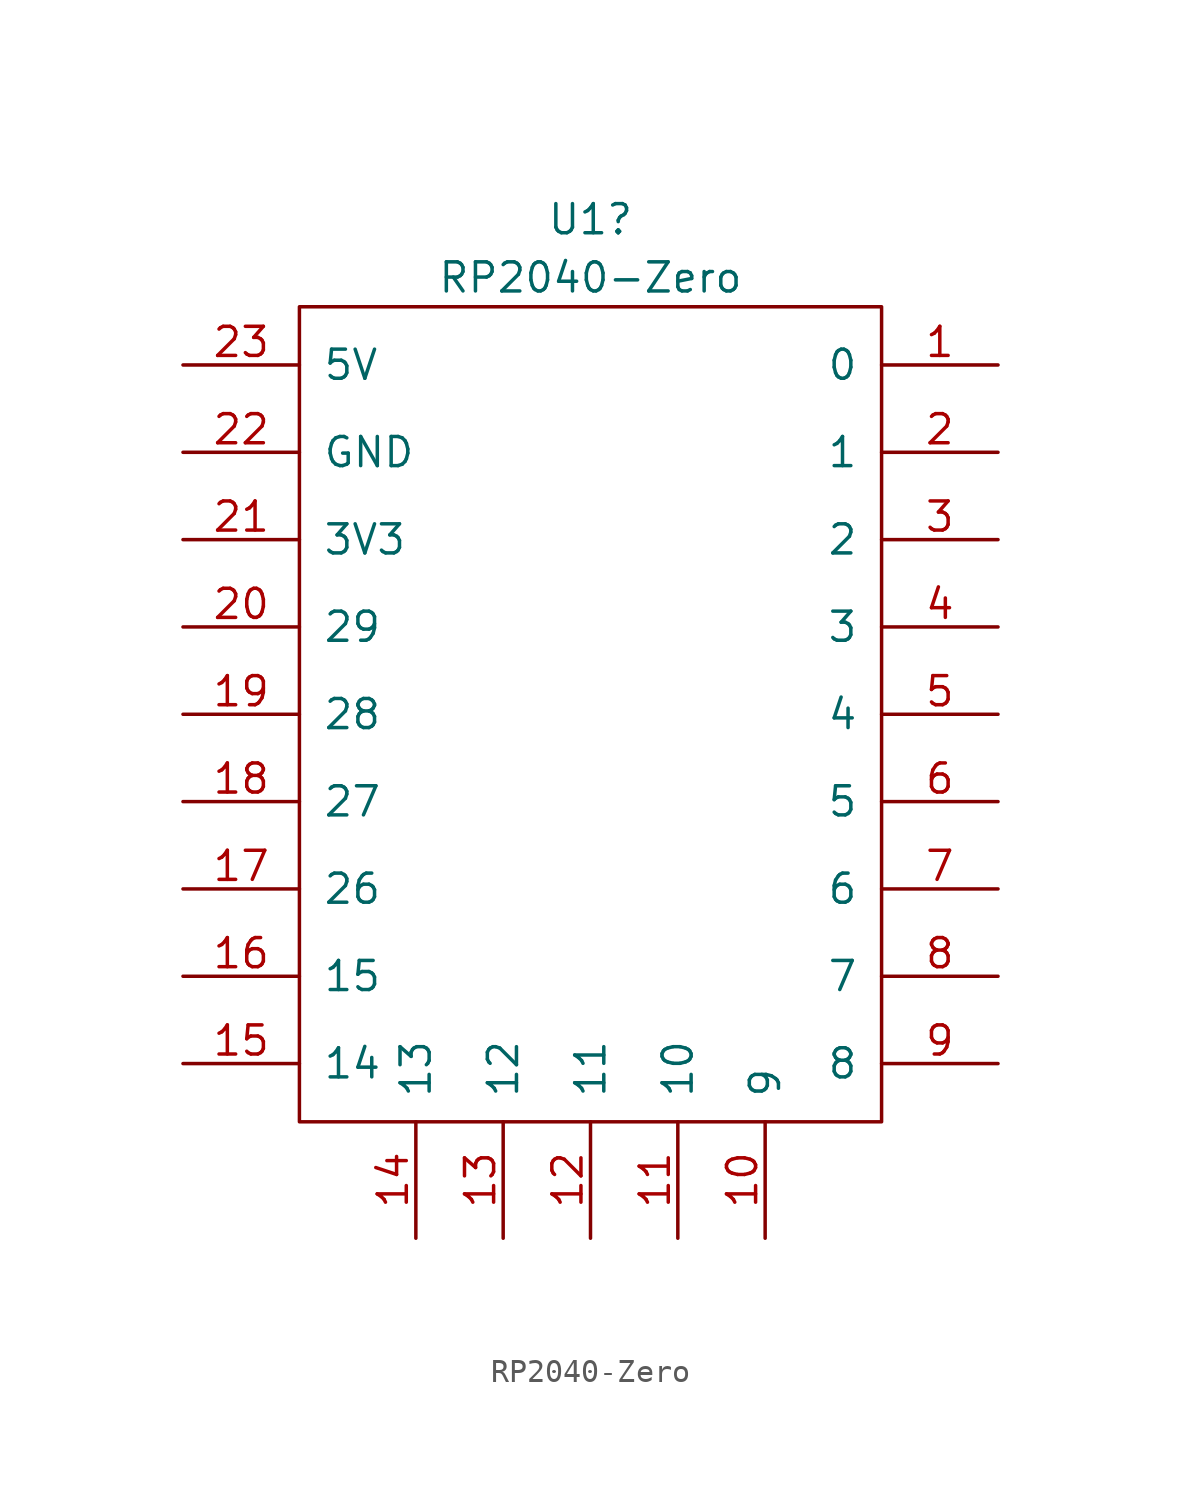
<source format=kicad_sym>
(kicad_symbol_lib
  (version 20231120)
  (generator "kicad_symbol_editor")
  (generator_version "8.0")
  (symbol "RP2040-Zero"
    (pin_names
      (offset 1))
    (property "Reference" "U1"
      (at 0 21.59 0)
      (effects (font (size 1.27 1.27))))
    (property "Value" "RP2040-Zero"
      (at 0 19.05 0)
      (effects (font (size 1.27 1.27))))
    (symbol "RP2040-Zero_0_1"
      (rectangle (start -12.7 17.78) (end 12.7 -17.78) (stroke (width 0.152) (type default)) (fill (type none))))
    (symbol "RP2040-Zero_1_1"
      (pin input line (at 17.78 15.24 180) (length 5.08) (name "0" (effects (font (size 1.27 1.27)))) (number "1" (effects (font (size 1.27 1.27)))))
      (pin input line (at 7.62 -22.86 90) (length 5.08) (name "9" (effects (font (size 1.27 1.27)))) (number "10" (effects (font (size 1.27 1.27)))))
      (pin input line (at 3.81 -22.86 90) (length 5.08) (name "10" (effects (font (size 1.27 1.27)))) (number "11" (effects (font (size 1.27 1.27)))))
      (pin input line (at 0 -22.86 90) (length 5.08) (name "11" (effects (font (size 1.27 1.27)))) (number "12" (effects (font (size 1.27 1.27)))))
      (pin input line (at -3.81 -22.86 90) (length 5.08) (name "12" (effects (font (size 1.27 1.27)))) (number "13" (effects (font (size 1.27 1.27)))))
      (pin input line (at -7.62 -22.86 90) (length 5.08) (name "13" (effects (font (size 1.27 1.27)))) (number "14" (effects (font (size 1.27 1.27)))))
      (pin input line (at -17.78 -15.24 0) (length 5.08) (name "14" (effects (font (size 1.27 1.27)))) (number "15" (effects (font (size 1.27 1.27)))))
      (pin input line (at -17.78 -11.43 0) (length 5.08) (name "15" (effects (font (size 1.27 1.27)))) (number "16" (effects (font (size 1.27 1.27)))))
      (pin input line (at -17.78 -7.62 0) (length 5.08) (name "26" (effects (font (size 1.27 1.27)))) (number "17" (effects (font (size 1.27 1.27)))))
      (pin input line (at -17.78 -3.81 0) (length 5.08) (name "27" (effects (font (size 1.27 1.27)))) (number "18" (effects (font (size 1.27 1.27)))))
      (pin input line (at -17.78 0 0) (length 5.08) (name "28" (effects (font (size 1.27 1.27)))) (number "19" (effects (font (size 1.27 1.27)))))
      (pin input line (at 17.78 11.43 180) (length 5.08) (name "1" (effects (font (size 1.27 1.27)))) (number "2" (effects (font (size 1.27 1.27)))))
      (pin input line (at -17.78 3.81 0) (length 5.08) (name "29" (effects (font (size 1.27 1.27)))) (number "20" (effects (font (size 1.27 1.27)))))
      (pin input line (at -17.78 7.62 0) (length 5.08) (name "3V3" (effects (font (size 1.27 1.27)))) (number "21" (effects (font (size 1.27 1.27)))))
      (pin input line (at -17.78 11.43 0) (length 5.08) (name "GND" (effects (font (size 1.27 1.27)))) (number "22" (effects (font (size 1.27 1.27)))))
      (pin input line (at -17.78 15.24 0) (length 5.08) (name "5V" (effects (font (size 1.27 1.27)))) (number "23" (effects (font (size 1.27 1.27)))))
      (pin input line (at 17.78 7.62 180) (length 5.08) (name "2" (effects (font (size 1.27 1.27)))) (number "3" (effects (font (size 1.27 1.27)))))
      (pin input line (at 17.78 3.81 180) (length 5.08) (name "3" (effects (font (size 1.27 1.27)))) (number "4" (effects (font (size 1.27 1.27)))))
      (pin input line (at 17.78 0 180) (length 5.08) (name "4" (effects (font (size 1.27 1.27)))) (number "5" (effects (font (size 1.27 1.27)))))
      (pin input line (at 17.78 -3.81 180) (length 5.08) (name "5" (effects (font (size 1.27 1.27)))) (number "6" (effects (font (size 1.27 1.27)))))
      (pin input line (at 17.78 -7.62 180) (length 5.08) (name "6" (effects (font (size 1.27 1.27)))) (number "7" (effects (font (size 1.27 1.27)))))
      (pin input line (at 17.78 -11.43 180) (length 5.08) (name "7" (effects (font (size 1.27 1.27)))) (number "8" (effects (font (size 1.27 1.27)))))
      (pin input line (at 17.78 -15.24 180) (length 5.08) (name "8" (effects (font (size 1.27 1.27)))) (number "9" (effects (font (size 1.27 1.27))))))))
</source>
